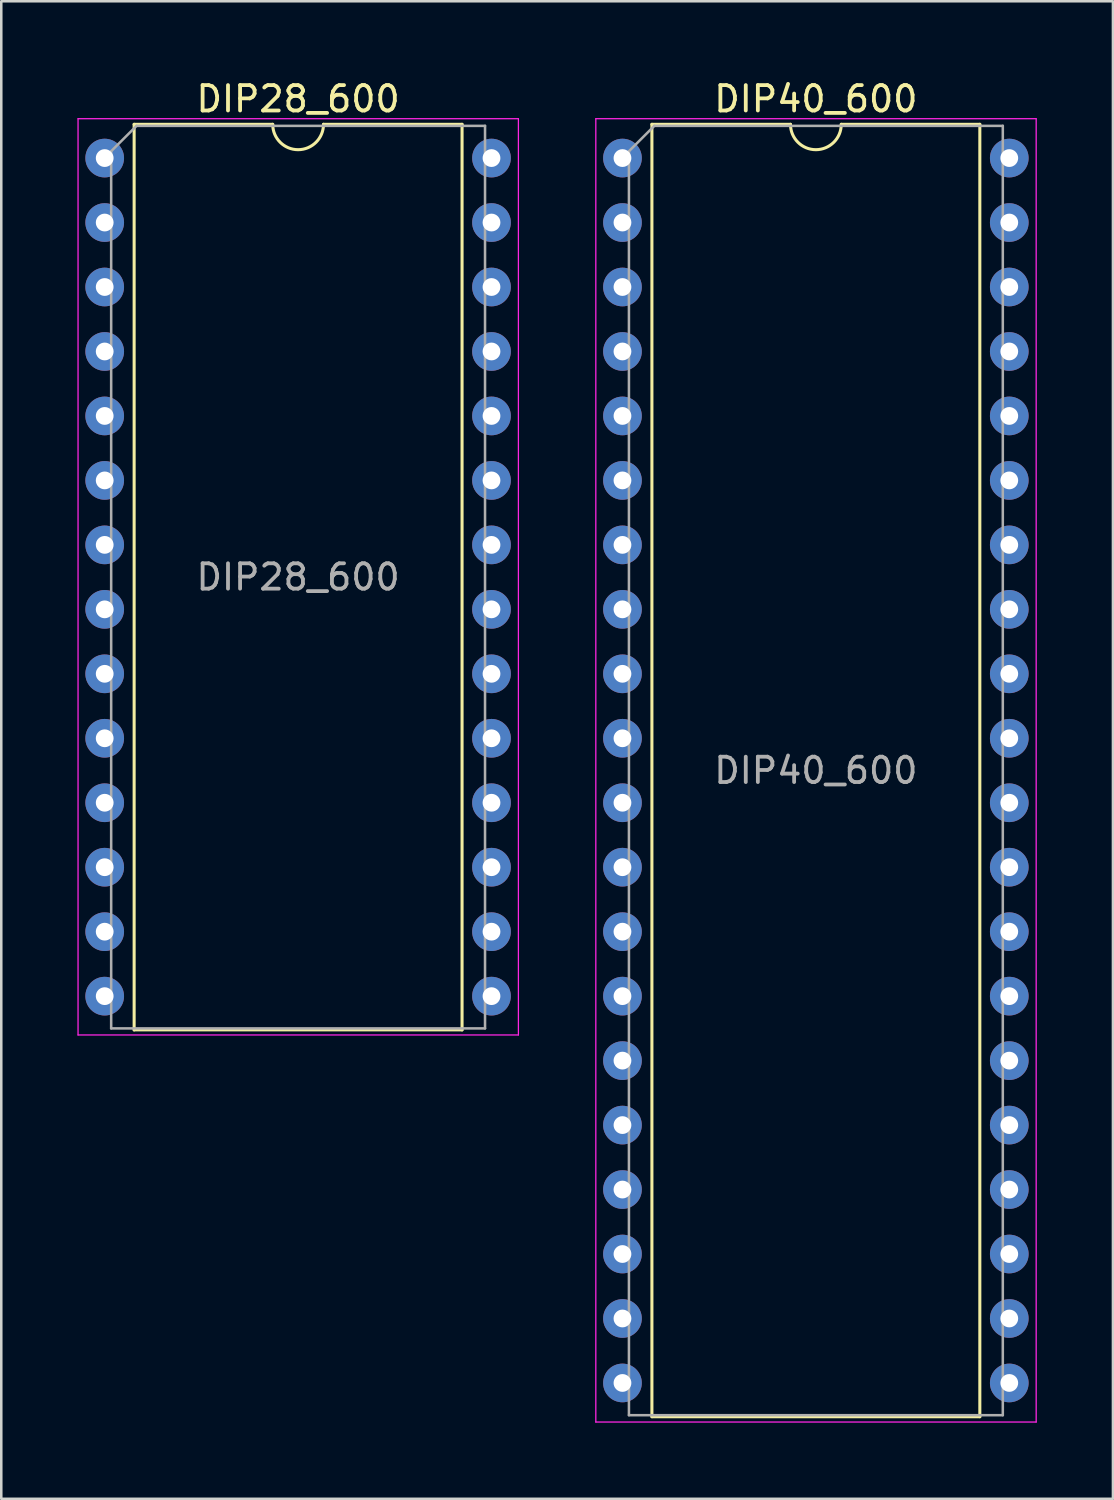
<source format=kicad_pcb>
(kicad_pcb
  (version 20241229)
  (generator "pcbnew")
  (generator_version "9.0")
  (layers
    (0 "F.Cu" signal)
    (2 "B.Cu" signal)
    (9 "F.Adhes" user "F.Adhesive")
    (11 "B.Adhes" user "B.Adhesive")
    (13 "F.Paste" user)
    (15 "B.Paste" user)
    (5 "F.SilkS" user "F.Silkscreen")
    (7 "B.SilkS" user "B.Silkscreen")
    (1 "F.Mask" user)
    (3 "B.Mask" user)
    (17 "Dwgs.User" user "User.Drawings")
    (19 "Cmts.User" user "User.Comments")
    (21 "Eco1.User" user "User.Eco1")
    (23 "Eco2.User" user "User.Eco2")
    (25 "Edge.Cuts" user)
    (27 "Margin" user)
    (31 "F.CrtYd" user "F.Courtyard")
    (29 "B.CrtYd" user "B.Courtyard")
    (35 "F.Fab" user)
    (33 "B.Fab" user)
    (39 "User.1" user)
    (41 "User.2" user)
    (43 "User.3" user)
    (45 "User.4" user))
  (footprint "DIP40_600"
    (layer "F.Cu")
    (at 21.475 3.178)
    (property "Reference" "DIP40_600" (at 7.62 -2.33 0) (layer "F.SilkS") (effects (font (size 1 1) (thickness 0.15))))
    (attr through_hole)
    (fp_line (start 1.16 -1.33) (end 1.16 49.59) (stroke (width 0.12) (type solid)) (layer "F.SilkS"))
    (fp_line (start 1.16 49.59) (end 14.08 49.59) (stroke (width 0.12) (type solid)) (layer "F.SilkS"))
    (fp_line (start 6.62 -1.33) (end 1.16 -1.33) (stroke (width 0.12) (type solid)) (layer "F.SilkS"))
    (fp_line (start 14.08 -1.33) (end 8.62 -1.33) (stroke (width 0.12) (type solid)) (layer "F.SilkS"))
    (fp_line (start 14.08 49.59) (end 14.08 -1.33) (stroke (width 0.12) (type solid)) (layer "F.SilkS"))
    (fp_arc (start 8.62 -1.33) (mid 7.62 -0.33) (end 6.62 -1.33) (stroke (width 0.12) (type solid)) (layer "F.SilkS"))
    (fp_line (start -1.05 -1.55) (end -1.05 49.8) (stroke (width 0.05) (type solid)) (layer "F.CrtYd"))
    (fp_line (start -1.05 49.8) (end 16.3 49.8) (stroke (width 0.05) (type solid)) (layer "F.CrtYd"))
    (fp_line (start 16.3 -1.55) (end -1.05 -1.55) (stroke (width 0.05) (type solid)) (layer "F.CrtYd"))
    (fp_line (start 16.3 49.8) (end 16.3 -1.55) (stroke (width 0.05) (type solid)) (layer "F.CrtYd"))
    (fp_line (start 0.255 -0.27) (end 1.255 -1.27) (stroke (width 0.1) (type solid)) (layer "F.Fab"))
    (fp_line (start 0.255 49.53) (end 0.255 -0.27) (stroke (width 0.1) (type solid)) (layer "F.Fab"))
    (fp_line (start 1.255 -1.27) (end 14.985 -1.27) (stroke (width 0.1) (type solid)) (layer "F.Fab"))
    (fp_line (start 14.985 -1.27) (end 14.985 49.53) (stroke (width 0.1) (type solid)) (layer "F.Fab"))
    (fp_line (start 14.985 49.53) (end 0.255 49.53) (stroke (width 0.1) (type solid)) (layer "F.Fab"))
    (fp_text user "${REFERENCE}" (at 7.62 24.13 0) (layer "F.Fab") (effects (font (size 1 1) (thickness 0.15))))
    (pad "1" thru_hole circle (at 0 0) (size 1.524 1.524) (drill 0.7) (layers "*.Cu" "*.Mask"))
    (pad "2" thru_hole circle (at 0 2.54) (size 1.524 1.524) (drill 0.7) (layers "*.Cu" "*.Mask"))
    (pad "3" thru_hole circle (at 0 5.08) (size 1.524 1.524) (drill 0.7) (layers "*.Cu" "*.Mask"))
    (pad "4" thru_hole circle (at 0 7.62) (size 1.524 1.524) (drill 0.7) (layers "*.Cu" "*.Mask"))
    (pad "5" thru_hole circle (at 0 10.16) (size 1.524 1.524) (drill 0.7) (layers "*.Cu" "*.Mask"))
    (pad "6" thru_hole circle (at 0 12.7) (size 1.524 1.524) (drill 0.7) (layers "*.Cu" "*.Mask"))
    (pad "7" thru_hole circle (at 0 15.24) (size 1.524 1.524) (drill 0.7) (layers "*.Cu" "*.Mask"))
    (pad "8" thru_hole circle (at 0 17.78) (size 1.524 1.524) (drill 0.7) (layers "*.Cu" "*.Mask"))
    (pad "9" thru_hole circle (at 0 20.32) (size 1.524 1.524) (drill 0.7) (layers "*.Cu" "*.Mask"))
    (pad "10" thru_hole circle (at 0 22.86) (size 1.524 1.524) (drill 0.7) (layers "*.Cu" "*.Mask"))
    (pad "11" thru_hole circle (at 0 25.4) (size 1.524 1.524) (drill 0.7) (layers "*.Cu" "*.Mask"))
    (pad "12" thru_hole circle (at 0 27.94) (size 1.524 1.524) (drill 0.7) (layers "*.Cu" "*.Mask"))
    (pad "13" thru_hole circle (at 0 30.48) (size 1.524 1.524) (drill 0.7) (layers "*.Cu" "*.Mask"))
    (pad "14" thru_hole circle (at 0 33.02) (size 1.524 1.524) (drill 0.7) (layers "*.Cu" "*.Mask"))
    (pad "15" thru_hole circle (at 0 35.56) (size 1.524 1.524) (drill 0.7) (layers "*.Cu" "*.Mask"))
    (pad "16" thru_hole circle (at 0 38.1) (size 1.524 1.524) (drill 0.7) (layers "*.Cu" "*.Mask"))
    (pad "17" thru_hole circle (at 0 40.64) (size 1.524 1.524) (drill 0.7) (layers "*.Cu" "*.Mask"))
    (pad "18" thru_hole circle (at 0 43.18) (size 1.524 1.524) (drill 0.7) (layers "*.Cu" "*.Mask"))
    (pad "19" thru_hole circle (at 0 45.72) (size 1.524 1.524) (drill 0.7) (layers "*.Cu" "*.Mask"))
    (pad "20" thru_hole circle (at 0 48.26) (size 1.524 1.524) (drill 0.7) (layers "*.Cu" "*.Mask"))
    (pad "21" thru_hole circle (at 15.24 48.26) (size 1.524 1.524) (drill 0.7) (layers "*.Cu" "*.Mask"))
    (pad "22" thru_hole circle (at 15.24 45.72) (size 1.524 1.524) (drill 0.7) (layers "*.Cu" "*.Mask"))
    (pad "23" thru_hole circle (at 15.24 43.18) (size 1.524 1.524) (drill 0.7) (layers "*.Cu" "*.Mask"))
    (pad "24" thru_hole circle (at 15.24 40.64) (size 1.524 1.524) (drill 0.7) (layers "*.Cu" "*.Mask"))
    (pad "25" thru_hole circle (at 15.24 38.1) (size 1.524 1.524) (drill 0.7) (layers "*.Cu" "*.Mask"))
    (pad "26" thru_hole circle (at 15.24 35.56) (size 1.524 1.524) (drill 0.7) (layers "*.Cu" "*.Mask"))
    (pad "27" thru_hole circle (at 15.24 33.02) (size 1.524 1.524) (drill 0.7) (layers "*.Cu" "*.Mask"))
    (pad "28" thru_hole circle (at 15.24 30.48) (size 1.524 1.524) (drill 0.7) (layers "*.Cu" "*.Mask"))
    (pad "29" thru_hole circle (at 15.24 27.94) (size 1.524 1.524) (drill 0.7) (layers "*.Cu" "*.Mask"))
    (pad "30" thru_hole circle (at 15.24 25.4) (size 1.524 1.524) (drill 0.7) (layers "*.Cu" "*.Mask"))
    (pad "31" thru_hole circle (at 15.24 22.86) (size 1.524 1.524) (drill 0.7) (layers "*.Cu" "*.Mask"))
    (pad "32" thru_hole circle (at 15.24 20.32) (size 1.524 1.524) (drill 0.7) (layers "*.Cu" "*.Mask"))
    (pad "33" thru_hole circle (at 15.24 17.78) (size 1.524 1.524) (drill 0.7) (layers "*.Cu" "*.Mask"))
    (pad "34" thru_hole circle (at 15.24 15.24) (size 1.524 1.524) (drill 0.7) (layers "*.Cu" "*.Mask"))
    (pad "35" thru_hole circle (at 15.24 12.7) (size 1.524 1.524) (drill 0.7) (layers "*.Cu" "*.Mask"))
    (pad "36" thru_hole circle (at 15.24 10.16) (size 1.524 1.524) (drill 0.7) (layers "*.Cu" "*.Mask"))
    (pad "37" thru_hole circle (at 15.24 7.62) (size 1.524 1.524) (drill 0.7) (layers "*.Cu" "*.Mask"))
    (pad "38" thru_hole circle (at 15.24 5.08) (size 1.524 1.524) (drill 0.7) (layers "*.Cu" "*.Mask"))
    (pad "39" thru_hole circle (at 15.24 2.54) (size 1.524 1.524) (drill 0.7) (layers "*.Cu" "*.Mask"))
    (pad "40" thru_hole circle (at 15.24 0) (size 1.524 1.524) (drill 0.7) (layers "*.Cu" "*.Mask")))
  (footprint "DIP28_600"
    (layer "F.Cu")
    (at 1.075 3.178)
    (property "Reference" "DIP28_600" (at 7.62 -2.33 0) (layer "F.SilkS") (effects (font (size 1 1) (thickness 0.15))))
    (attr through_hole)
    (fp_line (start 1.16 -1.33) (end 1.16 34.35) (stroke (width 0.12) (type solid)) (layer "F.SilkS"))
    (fp_line (start 1.16 34.35) (end 14.08 34.35) (stroke (width 0.12) (type solid)) (layer "F.SilkS"))
    (fp_line (start 6.62 -1.33) (end 1.16 -1.33) (stroke (width 0.12) (type solid)) (layer "F.SilkS"))
    (fp_line (start 14.08 -1.33) (end 8.62 -1.33) (stroke (width 0.12) (type solid)) (layer "F.SilkS"))
    (fp_line (start 14.08 34.35) (end 14.08 -1.33) (stroke (width 0.12) (type solid)) (layer "F.SilkS"))
    (fp_arc (start 8.62 -1.33) (mid 7.62 -0.33) (end 6.62 -1.33) (stroke (width 0.12) (type solid)) (layer "F.SilkS"))
    (fp_line (start -1.05 -1.55) (end -1.05 34.55) (stroke (width 0.05) (type solid)) (layer "F.CrtYd"))
    (fp_line (start -1.05 34.55) (end 16.3 34.55) (stroke (width 0.05) (type solid)) (layer "F.CrtYd"))
    (fp_line (start 16.3 -1.55) (end -1.05 -1.55) (stroke (width 0.05) (type solid)) (layer "F.CrtYd"))
    (fp_line (start 16.3 34.55) (end 16.3 -1.55) (stroke (width 0.05) (type solid)) (layer "F.CrtYd"))
    (fp_line (start 0.255 -0.27) (end 1.255 -1.27) (stroke (width 0.1) (type solid)) (layer "F.Fab"))
    (fp_line (start 0.255 34.29) (end 0.255 -0.27) (stroke (width 0.1) (type solid)) (layer "F.Fab"))
    (fp_line (start 1.255 -1.27) (end 14.985 -1.27) (stroke (width 0.1) (type solid)) (layer "F.Fab"))
    (fp_line (start 14.985 -1.27) (end 14.985 34.29) (stroke (width 0.1) (type solid)) (layer "F.Fab"))
    (fp_line (start 14.985 34.29) (end 0.255 34.29) (stroke (width 0.1) (type solid)) (layer "F.Fab"))
    (fp_text user "${REFERENCE}" (at 7.62 16.51 0) (layer "F.Fab") (effects (font (size 1 1) (thickness 0.15))))
    (pad "1" thru_hole circle (at 0 0) (size 1.524 1.524) (drill 0.7) (layers "*.Cu" "*.Mask"))
    (pad "2" thru_hole circle (at 0 2.54) (size 1.524 1.524) (drill 0.7) (layers "*.Cu" "*.Mask"))
    (pad "3" thru_hole circle (at 0 5.08) (size 1.524 1.524) (drill 0.7) (layers "*.Cu" "*.Mask"))
    (pad "4" thru_hole circle (at 0 7.62) (size 1.524 1.524) (drill 0.7) (layers "*.Cu" "*.Mask"))
    (pad "5" thru_hole circle (at 0 10.16) (size 1.524 1.524) (drill 0.7) (layers "*.Cu" "*.Mask"))
    (pad "6" thru_hole circle (at 0 12.7) (size 1.524 1.524) (drill 0.7) (layers "*.Cu" "*.Mask"))
    (pad "7" thru_hole circle (at 0 15.24) (size 1.524 1.524) (drill 0.7) (layers "*.Cu" "*.Mask"))
    (pad "8" thru_hole circle (at 0 17.78) (size 1.524 1.524) (drill 0.7) (layers "*.Cu" "*.Mask"))
    (pad "9" thru_hole circle (at 0 20.32) (size 1.524 1.524) (drill 0.7) (layers "*.Cu" "*.Mask"))
    (pad "10" thru_hole circle (at 0 22.86) (size 1.524 1.524) (drill 0.7) (layers "*.Cu" "*.Mask"))
    (pad "11" thru_hole circle (at 0 25.4) (size 1.524 1.524) (drill 0.7) (layers "*.Cu" "*.Mask"))
    (pad "12" thru_hole circle (at 0 27.94) (size 1.524 1.524) (drill 0.7) (layers "*.Cu" "*.Mask"))
    (pad "13" thru_hole circle (at 0 30.48) (size 1.524 1.524) (drill 0.7) (layers "*.Cu" "*.Mask"))
    (pad "14" thru_hole circle (at 0 33.02) (size 1.524 1.524) (drill 0.7) (layers "*.Cu" "*.Mask"))
    (pad "15" thru_hole circle (at 15.24 33.02) (size 1.524 1.524) (drill 0.7) (layers "*.Cu" "*.Mask"))
    (pad "16" thru_hole circle (at 15.24 30.48) (size 1.524 1.524) (drill 0.7) (layers "*.Cu" "*.Mask"))
    (pad "17" thru_hole circle (at 15.24 27.94) (size 1.524 1.524) (drill 0.7) (layers "*.Cu" "*.Mask"))
    (pad "18" thru_hole circle (at 15.24 25.4) (size 1.524 1.524) (drill 0.7) (layers "*.Cu" "*.Mask"))
    (pad "19" thru_hole circle (at 15.24 22.86) (size 1.524 1.524) (drill 0.7) (layers "*.Cu" "*.Mask"))
    (pad "20" thru_hole circle (at 15.24 20.32) (size 1.524 1.524) (drill 0.7) (layers "*.Cu" "*.Mask"))
    (pad "21" thru_hole circle (at 15.24 17.78) (size 1.524 1.524) (drill 0.7) (layers "*.Cu" "*.Mask"))
    (pad "22" thru_hole circle (at 15.24 15.24) (size 1.524 1.524) (drill 0.7) (layers "*.Cu" "*.Mask"))
    (pad "23" thru_hole circle (at 15.24 12.7) (size 1.524 1.524) (drill 0.7) (layers "*.Cu" "*.Mask"))
    (pad "24" thru_hole circle (at 15.24 10.16) (size 1.524 1.524) (drill 0.7) (layers "*.Cu" "*.Mask"))
    (pad "25" thru_hole circle (at 15.24 7.62) (size 1.524 1.524) (drill 0.7) (layers "*.Cu" "*.Mask"))
    (pad "26" thru_hole circle (at 15.24 5.08) (size 1.524 1.524) (drill 0.7) (layers "*.Cu" "*.Mask"))
    (pad "27" thru_hole circle (at 15.24 2.54) (size 1.524 1.524) (drill 0.7) (layers "*.Cu" "*.Mask"))
    (pad "28" thru_hole circle (at 15.24 0) (size 1.524 1.524) (drill 0.7) (layers "*.Cu" "*.Mask")))
  (gr_rect
    (start -3 -3)
    (end 40.8 56.003)
    (stroke (width 0.1) (type default))
    (fill no)
    (layer "Edge.Cuts")))
</source>
